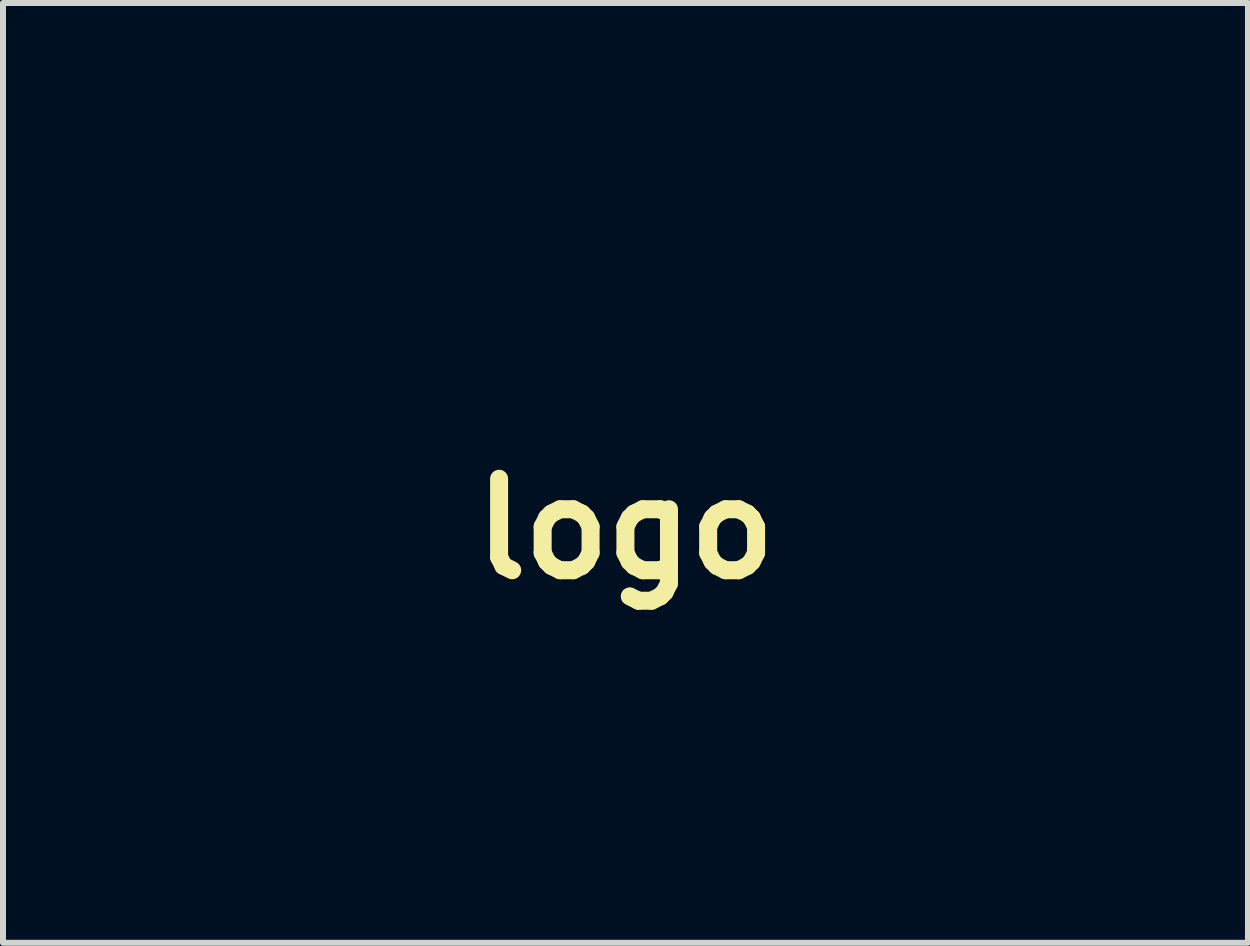
<source format=kicad_pcb>
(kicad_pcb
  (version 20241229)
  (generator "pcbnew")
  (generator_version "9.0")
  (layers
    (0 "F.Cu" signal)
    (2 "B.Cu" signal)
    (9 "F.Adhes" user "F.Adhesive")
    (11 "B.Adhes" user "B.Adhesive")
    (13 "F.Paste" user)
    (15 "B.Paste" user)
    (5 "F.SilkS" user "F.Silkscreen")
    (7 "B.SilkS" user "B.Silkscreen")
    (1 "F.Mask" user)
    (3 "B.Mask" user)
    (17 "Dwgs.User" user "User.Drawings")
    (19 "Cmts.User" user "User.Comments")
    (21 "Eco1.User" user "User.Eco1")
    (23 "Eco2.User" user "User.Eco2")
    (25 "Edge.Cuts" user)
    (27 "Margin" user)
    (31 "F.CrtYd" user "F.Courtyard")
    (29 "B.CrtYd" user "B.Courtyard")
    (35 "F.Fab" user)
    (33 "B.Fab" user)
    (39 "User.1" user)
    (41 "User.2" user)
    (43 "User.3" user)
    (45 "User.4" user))
  (footprint "logo"
    (layer "F.Cu")
    (at 7.371 5.762)
    (property "Reference" "logo" (at 0 0 0) (layer "F.SilkS") (effects (font (size 1.524 1.524) (thickness 0.3))))
    (attr through_hole)
    (fp_poly (pts (xy 0.34 3.659) (xy 0.591 3.703) (xy 0.714 3.77) (xy 0.714 3.82) (xy 0.615 3.856) (xy 0.402 3.88) (xy 0.125 3.892) (xy -0.17 3.891) (xy -0.433 3.878) (xy -0.618 3.852) (xy -0.677 3.819) (xy -0.596 3.718) (xy -0.357 3.658) (xy -0.014 3.642) (xy 0.34 3.659)) (stroke (width 0.01) (type solid)) (fill no) (layer "Eco2.User"))
    (fp_poly (pts (xy 0.29 2.263) (xy 0.577 2.373) (xy 0.77 2.568) (xy 0.784 2.597) (xy 0.835 2.756) (xy 0.789 2.879) (xy 0.648 3.016) (xy 0.352 3.176) (xy 0.001 3.23) (xy -0.345 3.18) (xy -0.623 3.024) (xy -0.639 3.01) (xy -0.799 2.826) (xy -0.829 2.692) (xy -0.729 2.55) (xy -0.656 2.481) (xy -0.375 2.313) (xy -0.044 2.242) (xy 0.29 2.263)) (stroke (width 0.01) (type solid)) (fill no) (layer "Eco2.User"))
    (fp_poly (pts (xy 6.462 -5.643) (xy 6.776 -5.48) (xy 7.106 -5.167) (xy 7.301 -4.793) (xy 7.368 -4.39) (xy 7.316 -3.987) (xy 7.152 -3.614) (xy 6.885 -3.303) (xy 6.523 -3.082) (xy 6.123 -2.987) (xy 5.881 -2.972) (xy 5.733 -3.005) (xy 5.616 -3.12) (xy 5.481 -3.327) (xy 5.286 -3.612) (xy 5.044 -3.928) (xy 4.903 -4.095) (xy 4.715 -4.317) (xy 4.623 -4.467) (xy 4.608 -4.599) (xy 4.651 -4.765) (xy 4.657 -4.783) (xy 4.872 -5.191) (xy 5.193 -5.492) (xy 5.587 -5.674) (xy 6.022 -5.728) (xy 6.462 -5.643)) (stroke (width 0.01) (type solid)) (fill no) (layer "Eco2.User"))
    (fp_poly (pts (xy -5.659 -5.699) (xy -5.312 -5.55) (xy -5.003 -5.348) (xy -4.832 -5.173) (xy -4.664 -4.901) (xy -4.605 -4.672) (xy -4.661 -4.443) (xy -4.835 -4.168) (xy -4.961 -4.008) (xy -5.185 -3.722) (xy -5.388 -3.446) (xy -5.526 -3.24) (xy -5.527 -3.239) (xy -5.666 -3.05) (xy -5.83 -2.977) (xy -5.999 -2.97) (xy -6.241 -2.987) (xy -6.422 -3.02) (xy -6.435 -3.024) (xy -6.807 -3.248) (xy -7.109 -3.588) (xy -7.306 -3.997) (xy -7.366 -4.371) (xy -7.287 -4.773) (xy -7.074 -5.148) (xy -6.762 -5.46) (xy -6.386 -5.675) (xy -5.98 -5.757) (xy -5.969 -5.757) (xy -5.659 -5.699)) (stroke (width 0.01) (type solid)) (fill no) (layer "Eco2.User"))
    (fp_poly (pts (xy 2.985 -1.876) (xy 3.281 -1.659) (xy 3.429 -1.438) (xy 3.538 -1.073) (xy 3.502 -0.724) (xy 3.346 -0.417) (xy 3.097 -0.179) (xy 2.778 -0.035) (xy 2.414 -0.013) (xy 2.15 -0.083) (xy 1.856 -0.285) (xy 1.658 -0.59) (xy 1.574 -0.947) (xy 1.587 -1.048) (xy 2.577 -1.048) (xy 2.619 -0.942) (xy 2.779 -0.796) (xy 2.999 -0.759) (xy 3.208 -0.83) (xy 3.308 -0.942) (xy 3.362 -1.187) (xy 3.275 -1.392) (xy 3.075 -1.511) (xy 2.963 -1.524) (xy 2.724 -1.456) (xy 2.586 -1.281) (xy 2.577 -1.048) (xy 1.587 -1.048) (xy 1.621 -1.309) (xy 1.657 -1.397) (xy 1.892 -1.711) (xy 2.232 -1.896) (xy 2.602 -1.947) (xy 2.985 -1.876)) (stroke (width 0.01) (type solid)) (fill no) (layer "Eco2.User"))
    (fp_poly (pts (xy -2.2 -1.897) (xy -1.889 -1.731) (xy -1.654 -1.451) (xy -1.61 -1.358) (xy -1.54 -0.997) (xy -1.612 -0.656) (xy -1.797 -0.362) (xy -2.069 -0.142) (xy -2.399 -0.022) (xy -2.76 -0.03) (xy -2.921 -0.081) (xy -3.232 -0.293) (xy -3.435 -0.604) (xy -3.513 -0.967) (xy -3.465 -1.245) (xy -2.519 -1.245) (xy -2.482 -0.999) (xy -2.474 -0.98) (xy -2.317 -0.807) (xy -2.098 -0.763) (xy -1.874 -0.853) (xy -1.826 -0.895) (xy -1.712 -1.101) (xy -1.736 -1.304) (xy -1.875 -1.457) (xy -2.105 -1.514) (xy -2.155 -1.51) (xy -2.406 -1.422) (xy -2.519 -1.245) (xy -3.465 -1.245) (xy -3.449 -1.339) (xy -3.423 -1.397) (xy -3.199 -1.698) (xy -2.895 -1.881) (xy -2.549 -1.947) (xy -2.2 -1.897)) (stroke (width 0.01) (type solid)) (fill no) (layer "Eco2.User")))
  (gr_rect
    (start -3 -3)
    (end 17.744 12.659)
    (stroke (width 0.1) (type default))
    (fill no)
    (layer "Edge.Cuts")))
</source>
